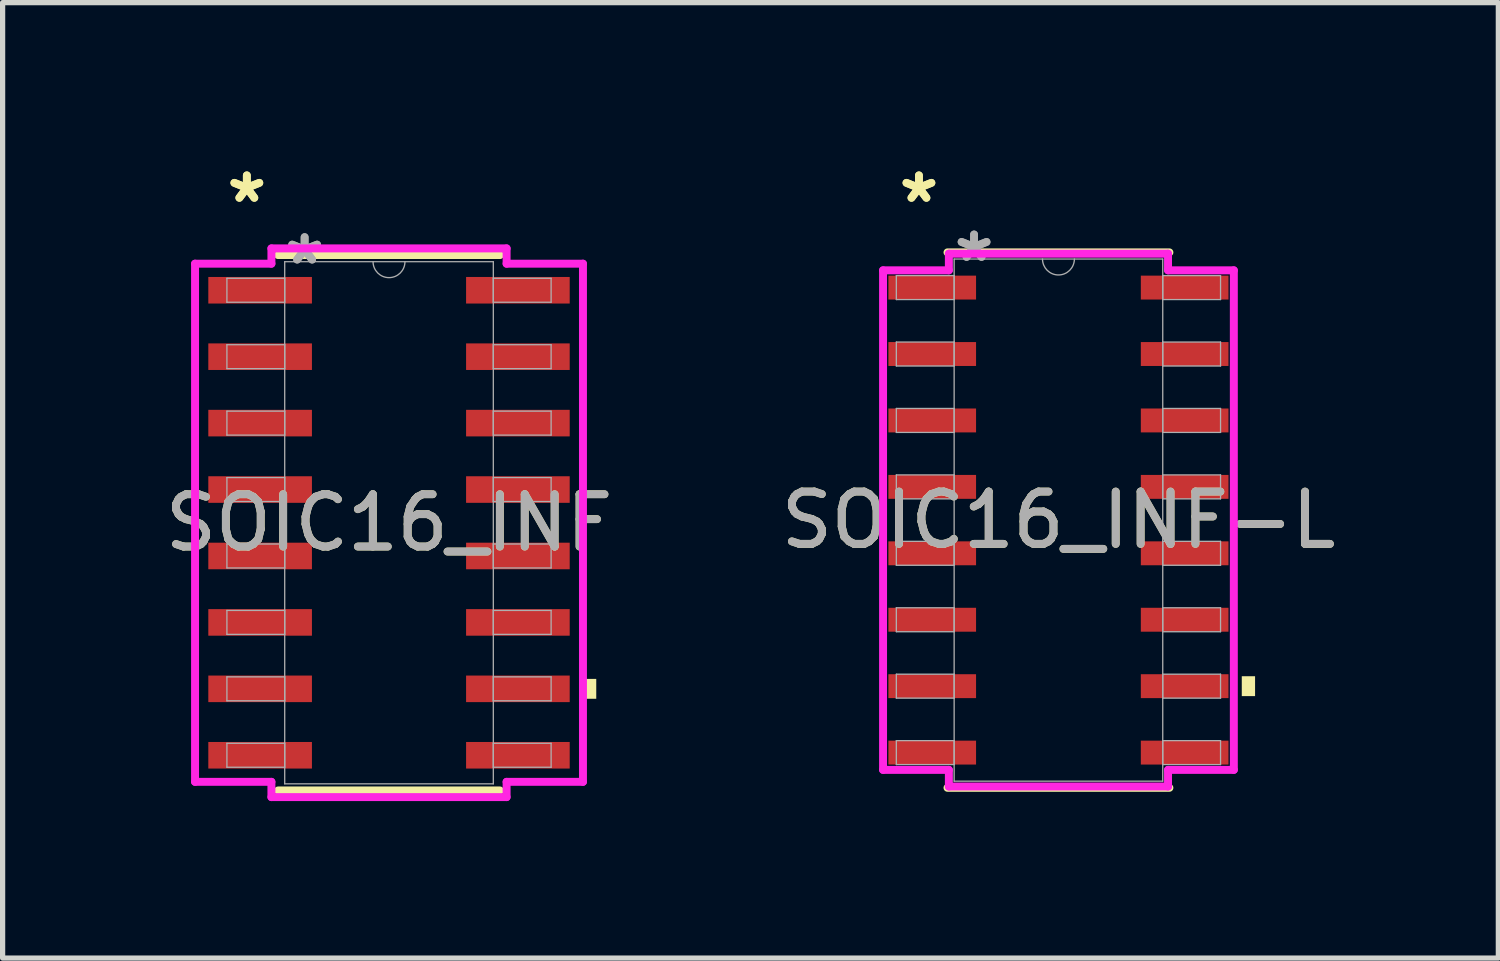
<source format=kicad_pcb>
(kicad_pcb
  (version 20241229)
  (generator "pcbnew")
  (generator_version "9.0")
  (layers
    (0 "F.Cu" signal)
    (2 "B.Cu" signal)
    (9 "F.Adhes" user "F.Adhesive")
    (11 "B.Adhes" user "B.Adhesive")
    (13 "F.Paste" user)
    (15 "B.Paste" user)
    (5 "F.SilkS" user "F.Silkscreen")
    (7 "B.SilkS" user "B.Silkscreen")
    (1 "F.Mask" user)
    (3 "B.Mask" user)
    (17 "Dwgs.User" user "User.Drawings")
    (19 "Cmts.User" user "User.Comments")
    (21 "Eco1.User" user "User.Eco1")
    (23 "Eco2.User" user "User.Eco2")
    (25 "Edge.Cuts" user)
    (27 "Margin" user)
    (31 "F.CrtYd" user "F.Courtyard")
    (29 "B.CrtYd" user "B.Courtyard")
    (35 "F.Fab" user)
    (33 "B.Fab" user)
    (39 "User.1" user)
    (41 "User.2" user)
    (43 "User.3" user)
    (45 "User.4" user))
  (footprint "SOIC16_INF"
    (layer "F.Cu")
    (at 4.387 6.944)
    (property "Reference" "SOIC16_INF" (at 0 0 0) (unlocked yes) (layer "F.SilkS") (effects (font (size 1 1) (thickness 0.15))))
    (attr smd)
    (fp_line (start -2.121 5.118) (end 2.121 5.118) (stroke (width 0.152) (type solid)) (layer "F.SilkS"))
    (fp_line (start 2.121 -5.118) (end -2.121 -5.118) (stroke (width 0.152) (type solid)) (layer "F.SilkS"))
    (fp_poly (pts (xy 3.962 2.985) (xy 3.962 3.365) (xy 3.708 3.365) (xy 3.708 2.985)) (stroke (width 0) (type solid)) (fill yes) (layer "F.SilkS"))
    (fp_line (start -3.708 -4.953) (end -2.248 -4.953) (stroke (width 0.152) (type solid)) (layer "F.CrtYd"))
    (fp_line (start -3.708 4.953) (end -3.708 -4.953) (stroke (width 0.152) (type solid)) (layer "F.CrtYd"))
    (fp_line (start -3.708 4.953) (end -2.248 4.953) (stroke (width 0.152) (type solid)) (layer "F.CrtYd"))
    (fp_line (start -2.248 -5.245) (end 2.248 -5.245) (stroke (width 0.152) (type solid)) (layer "F.CrtYd"))
    (fp_line (start -2.248 -4.953) (end -2.248 -5.245) (stroke (width 0.152) (type solid)) (layer "F.CrtYd"))
    (fp_line (start -2.248 5.245) (end -2.248 4.953) (stroke (width 0.152) (type solid)) (layer "F.CrtYd"))
    (fp_line (start 2.248 -5.245) (end 2.248 -4.953) (stroke (width 0.152) (type solid)) (layer "F.CrtYd"))
    (fp_line (start 2.248 4.953) (end 2.248 5.245) (stroke (width 0.152) (type solid)) (layer "F.CrtYd"))
    (fp_line (start 2.248 5.245) (end -2.248 5.245) (stroke (width 0.152) (type solid)) (layer "F.CrtYd"))
    (fp_line (start 3.708 -4.953) (end 2.248 -4.953) (stroke (width 0.152) (type solid)) (layer "F.CrtYd"))
    (fp_line (start 3.708 -4.953) (end 3.708 4.953) (stroke (width 0.152) (type solid)) (layer "F.CrtYd"))
    (fp_line (start 3.708 4.953) (end 2.248 4.953) (stroke (width 0.152) (type solid)) (layer "F.CrtYd"))
    (fp_line (start -3.099 -4.674) (end -3.099 -4.216) (stroke (width 0.025) (type solid)) (layer "F.Fab"))
    (fp_line (start -3.099 -4.216) (end -1.994 -4.216) (stroke (width 0.025) (type solid)) (layer "F.Fab"))
    (fp_line (start -3.099 -3.404) (end -3.099 -2.946) (stroke (width 0.025) (type solid)) (layer "F.Fab"))
    (fp_line (start -3.099 -2.946) (end -1.994 -2.946) (stroke (width 0.025) (type solid)) (layer "F.Fab"))
    (fp_line (start -3.099 -2.134) (end -3.099 -1.676) (stroke (width 0.025) (type solid)) (layer "F.Fab"))
    (fp_line (start -3.099 -1.676) (end -1.994 -1.676) (stroke (width 0.025) (type solid)) (layer "F.Fab"))
    (fp_line (start -3.099 -0.864) (end -3.099 -0.406) (stroke (width 0.025) (type solid)) (layer "F.Fab"))
    (fp_line (start -3.099 -0.406) (end -1.994 -0.406) (stroke (width 0.025) (type solid)) (layer "F.Fab"))
    (fp_line (start -3.099 0.406) (end -3.099 0.864) (stroke (width 0.025) (type solid)) (layer "F.Fab"))
    (fp_line (start -3.099 0.864) (end -1.994 0.864) (stroke (width 0.025) (type solid)) (layer "F.Fab"))
    (fp_line (start -3.099 1.676) (end -3.099 2.134) (stroke (width 0.025) (type solid)) (layer "F.Fab"))
    (fp_line (start -3.099 2.134) (end -1.994 2.134) (stroke (width 0.025) (type solid)) (layer "F.Fab"))
    (fp_line (start -3.099 2.946) (end -3.099 3.404) (stroke (width 0.025) (type solid)) (layer "F.Fab"))
    (fp_line (start -3.099 3.404) (end -1.994 3.404) (stroke (width 0.025) (type solid)) (layer "F.Fab"))
    (fp_line (start -3.099 4.216) (end -3.099 4.674) (stroke (width 0.025) (type solid)) (layer "F.Fab"))
    (fp_line (start -3.099 4.674) (end -1.994 4.674) (stroke (width 0.025) (type solid)) (layer "F.Fab"))
    (fp_line (start -1.994 -4.991) (end -1.994 4.991) (stroke (width 0.025) (type solid)) (layer "F.Fab"))
    (fp_line (start -1.994 -4.674) (end -3.099 -4.674) (stroke (width 0.025) (type solid)) (layer "F.Fab"))
    (fp_line (start -1.994 -4.216) (end -1.994 -4.674) (stroke (width 0.025) (type solid)) (layer "F.Fab"))
    (fp_line (start -1.994 -3.404) (end -3.099 -3.404) (stroke (width 0.025) (type solid)) (layer "F.Fab"))
    (fp_line (start -1.994 -2.946) (end -1.994 -3.404) (stroke (width 0.025) (type solid)) (layer "F.Fab"))
    (fp_line (start -1.994 -2.134) (end -3.099 -2.134) (stroke (width 0.025) (type solid)) (layer "F.Fab"))
    (fp_line (start -1.994 -1.676) (end -1.994 -2.134) (stroke (width 0.025) (type solid)) (layer "F.Fab"))
    (fp_line (start -1.994 -0.864) (end -3.099 -0.864) (stroke (width 0.025) (type solid)) (layer "F.Fab"))
    (fp_line (start -1.994 -0.406) (end -1.994 -0.864) (stroke (width 0.025) (type solid)) (layer "F.Fab"))
    (fp_line (start -1.994 0.406) (end -3.099 0.406) (stroke (width 0.025) (type solid)) (layer "F.Fab"))
    (fp_line (start -1.994 0.864) (end -1.994 0.406) (stroke (width 0.025) (type solid)) (layer "F.Fab"))
    (fp_line (start -1.994 1.676) (end -3.099 1.676) (stroke (width 0.025) (type solid)) (layer "F.Fab"))
    (fp_line (start -1.994 2.134) (end -1.994 1.676) (stroke (width 0.025) (type solid)) (layer "F.Fab"))
    (fp_line (start -1.994 2.946) (end -3.099 2.946) (stroke (width 0.025) (type solid)) (layer "F.Fab"))
    (fp_line (start -1.994 3.404) (end -1.994 2.946) (stroke (width 0.025) (type solid)) (layer "F.Fab"))
    (fp_line (start -1.994 4.216) (end -3.099 4.216) (stroke (width 0.025) (type solid)) (layer "F.Fab"))
    (fp_line (start -1.994 4.674) (end -1.994 4.216) (stroke (width 0.025) (type solid)) (layer "F.Fab"))
    (fp_line (start -1.994 4.991) (end 1.994 4.991) (stroke (width 0.025) (type solid)) (layer "F.Fab"))
    (fp_line (start 1.994 -4.991) (end -1.994 -4.991) (stroke (width 0.025) (type solid)) (layer "F.Fab"))
    (fp_line (start 1.994 -4.674) (end 1.994 -4.216) (stroke (width 0.025) (type solid)) (layer "F.Fab"))
    (fp_line (start 1.994 -4.216) (end 3.099 -4.216) (stroke (width 0.025) (type solid)) (layer "F.Fab"))
    (fp_line (start 1.994 -3.404) (end 1.994 -2.946) (stroke (width 0.025) (type solid)) (layer "F.Fab"))
    (fp_line (start 1.994 -2.946) (end 3.099 -2.946) (stroke (width 0.025) (type solid)) (layer "F.Fab"))
    (fp_line (start 1.994 -2.134) (end 1.994 -1.676) (stroke (width 0.025) (type solid)) (layer "F.Fab"))
    (fp_line (start 1.994 -1.676) (end 3.099 -1.676) (stroke (width 0.025) (type solid)) (layer "F.Fab"))
    (fp_line (start 1.994 -0.864) (end 1.994 -0.406) (stroke (width 0.025) (type solid)) (layer "F.Fab"))
    (fp_line (start 1.994 -0.406) (end 3.099 -0.406) (stroke (width 0.025) (type solid)) (layer "F.Fab"))
    (fp_line (start 1.994 0.406) (end 1.994 0.864) (stroke (width 0.025) (type solid)) (layer "F.Fab"))
    (fp_line (start 1.994 0.864) (end 3.099 0.864) (stroke (width 0.025) (type solid)) (layer "F.Fab"))
    (fp_line (start 1.994 1.676) (end 1.994 2.134) (stroke (width 0.025) (type solid)) (layer "F.Fab"))
    (fp_line (start 1.994 2.134) (end 3.099 2.134) (stroke (width 0.025) (type solid)) (layer "F.Fab"))
    (fp_line (start 1.994 2.946) (end 1.994 3.404) (stroke (width 0.025) (type solid)) (layer "F.Fab"))
    (fp_line (start 1.994 3.404) (end 3.099 3.404) (stroke (width 0.025) (type solid)) (layer "F.Fab"))
    (fp_line (start 1.994 4.216) (end 1.994 4.674) (stroke (width 0.025) (type solid)) (layer "F.Fab"))
    (fp_line (start 1.994 4.674) (end 3.099 4.674) (stroke (width 0.025) (type solid)) (layer "F.Fab"))
    (fp_line (start 1.994 4.991) (end 1.994 -4.991) (stroke (width 0.025) (type solid)) (layer "F.Fab"))
    (fp_line (start 3.099 -4.674) (end 1.994 -4.674) (stroke (width 0.025) (type solid)) (layer "F.Fab"))
    (fp_line (start 3.099 -4.216) (end 3.099 -4.674) (stroke (width 0.025) (type solid)) (layer "F.Fab"))
    (fp_line (start 3.099 -3.404) (end 1.994 -3.404) (stroke (width 0.025) (type solid)) (layer "F.Fab"))
    (fp_line (start 3.099 -2.946) (end 3.099 -3.404) (stroke (width 0.025) (type solid)) (layer "F.Fab"))
    (fp_line (start 3.099 -2.134) (end 1.994 -2.134) (stroke (width 0.025) (type solid)) (layer "F.Fab"))
    (fp_line (start 3.099 -1.676) (end 3.099 -2.134) (stroke (width 0.025) (type solid)) (layer "F.Fab"))
    (fp_line (start 3.099 -0.864) (end 1.994 -0.864) (stroke (width 0.025) (type solid)) (layer "F.Fab"))
    (fp_line (start 3.099 -0.406) (end 3.099 -0.864) (stroke (width 0.025) (type solid)) (layer "F.Fab"))
    (fp_line (start 3.099 0.406) (end 1.994 0.406) (stroke (width 0.025) (type solid)) (layer "F.Fab"))
    (fp_line (start 3.099 0.864) (end 3.099 0.406) (stroke (width 0.025) (type solid)) (layer "F.Fab"))
    (fp_line (start 3.099 1.676) (end 1.994 1.676) (stroke (width 0.025) (type solid)) (layer "F.Fab"))
    (fp_line (start 3.099 2.134) (end 3.099 1.676) (stroke (width 0.025) (type solid)) (layer "F.Fab"))
    (fp_line (start 3.099 2.946) (end 1.994 2.946) (stroke (width 0.025) (type solid)) (layer "F.Fab"))
    (fp_line (start 3.099 3.404) (end 3.099 2.946) (stroke (width 0.025) (type solid)) (layer "F.Fab"))
    (fp_line (start 3.099 4.216) (end 1.994 4.216) (stroke (width 0.025) (type solid)) (layer "F.Fab"))
    (fp_line (start 3.099 4.674) (end 3.099 4.216) (stroke (width 0.025) (type solid)) (layer "F.Fab"))
    (fp_arc (start 0.3048 -4.9911) (mid 0 -4.6863) (end -0.3048 -4.9911) (stroke (width 0.0254) (type solid)) (layer "F.Fab"))
    (fp_text user "*" (at -2.718 -6.096 0) (layer "F.SilkS") (effects (font (size 1 1) (thickness 0.15))))
    (fp_text user "*" (at -2.718 -6.096 0) (unlocked yes) (layer "F.SilkS") (effects (font (size 1 1) (thickness 0.15))))
    (fp_text user "*" (at -1.613 -4.915 0) (unlocked yes) (layer "F.Fab") (effects (font (size 1 1) (thickness 0.15))))
    (fp_text user "${REFERENCE}" (at 0 0 0) (unlocked yes) (layer "F.Fab") (effects (font (size 1 1) (thickness 0.15))))
    (fp_text user "*" (at -1.613 -4.915 0) (layer "F.Fab") (effects (font (size 1 1) (thickness 0.15))))
    (pad "1" smd rect (at -2.464 -4.445) (size 1.981 0.508) (layers "F.Cu" "F.Mask" "F.Paste"))
    (pad "2" smd rect (at -2.464 -3.175) (size 1.981 0.508) (layers "F.Cu" "F.Mask" "F.Paste"))
    (pad "3" smd rect (at -2.464 -1.905) (size 1.981 0.508) (layers "F.Cu" "F.Mask" "F.Paste"))
    (pad "4" smd rect (at -2.464 -0.635) (size 1.981 0.508) (layers "F.Cu" "F.Mask" "F.Paste"))
    (pad "5" smd rect (at -2.464 0.635) (size 1.981 0.508) (layers "F.Cu" "F.Mask" "F.Paste"))
    (pad "6" smd rect (at -2.464 1.905) (size 1.981 0.508) (layers "F.Cu" "F.Mask" "F.Paste"))
    (pad "7" smd rect (at -2.464 3.175) (size 1.981 0.508) (layers "F.Cu" "F.Mask" "F.Paste"))
    (pad "8" smd rect (at -2.464 4.445) (size 1.981 0.508) (layers "F.Cu" "F.Mask" "F.Paste"))
    (pad "9" smd rect (at 2.464 4.445) (size 1.981 0.508) (layers "F.Cu" "F.Mask" "F.Paste"))
    (pad "10" smd rect (at 2.464 3.175) (size 1.981 0.508) (layers "F.Cu" "F.Mask" "F.Paste"))
    (pad "11" smd rect (at 2.464 1.905) (size 1.981 0.508) (layers "F.Cu" "F.Mask" "F.Paste"))
    (pad "12" smd rect (at 2.464 0.635) (size 1.981 0.508) (layers "F.Cu" "F.Mask" "F.Paste"))
    (pad "13" smd rect (at 2.464 -0.635) (size 1.981 0.508) (layers "F.Cu" "F.Mask" "F.Paste"))
    (pad "14" smd rect (at 2.464 -1.905) (size 1.981 0.508) (layers "F.Cu" "F.Mask" "F.Paste"))
    (pad "15" smd rect (at 2.464 -3.175) (size 1.981 0.508) (layers "F.Cu" "F.Mask" "F.Paste"))
    (pad "16" smd rect (at 2.464 -4.445) (size 1.981 0.508) (layers "F.Cu" "F.Mask" "F.Paste")))
  (footprint "SOIC16_INF-L"
    (layer "F.Cu")
    (at 17.185 6.893)
    (property "Reference" "SOIC16_INF-L" (at 0 0 0) (unlocked yes) (layer "F.SilkS") (effects (font (size 1 1) (thickness 0.15))))
    (attr smd)
    (fp_line (start -2.121 5.118) (end 2.121 5.118) (stroke (width 0.152) (type solid)) (layer "F.SilkS"))
    (fp_line (start 2.121 -5.118) (end -2.121 -5.118) (stroke (width 0.152) (type solid)) (layer "F.SilkS"))
    (fp_poly (pts (xy 3.759 2.985) (xy 3.759 3.365) (xy 3.505 3.365) (xy 3.505 2.985)) (stroke (width 0) (type solid)) (fill yes) (layer "F.SilkS"))
    (fp_line (start -3.353 -4.775) (end -2.095 -4.775) (stroke (width 0.152) (type solid)) (layer "F.CrtYd"))
    (fp_line (start -3.353 4.775) (end -3.353 -4.775) (stroke (width 0.152) (type solid)) (layer "F.CrtYd"))
    (fp_line (start -3.353 4.775) (end -2.095 4.775) (stroke (width 0.152) (type solid)) (layer "F.CrtYd"))
    (fp_line (start -2.095 -5.093) (end 2.095 -5.093) (stroke (width 0.152) (type solid)) (layer "F.CrtYd"))
    (fp_line (start -2.095 -4.775) (end -2.095 -5.093) (stroke (width 0.152) (type solid)) (layer "F.CrtYd"))
    (fp_line (start -2.095 5.093) (end -2.095 4.775) (stroke (width 0.152) (type solid)) (layer "F.CrtYd"))
    (fp_line (start 2.095 -5.093) (end 2.095 -4.775) (stroke (width 0.152) (type solid)) (layer "F.CrtYd"))
    (fp_line (start 2.095 4.775) (end 2.095 5.093) (stroke (width 0.152) (type solid)) (layer "F.CrtYd"))
    (fp_line (start 2.095 5.093) (end -2.095 5.093) (stroke (width 0.152) (type solid)) (layer "F.CrtYd"))
    (fp_line (start 3.353 -4.775) (end 2.095 -4.775) (stroke (width 0.152) (type solid)) (layer "F.CrtYd"))
    (fp_line (start 3.353 -4.775) (end 3.353 4.775) (stroke (width 0.152) (type solid)) (layer "F.CrtYd"))
    (fp_line (start 3.353 4.775) (end 2.095 4.775) (stroke (width 0.152) (type solid)) (layer "F.CrtYd"))
    (fp_line (start -3.099 -4.674) (end -3.099 -4.216) (stroke (width 0.025) (type solid)) (layer "F.Fab"))
    (fp_line (start -3.099 -4.216) (end -1.994 -4.216) (stroke (width 0.025) (type solid)) (layer "F.Fab"))
    (fp_line (start -3.099 -3.404) (end -3.099 -2.946) (stroke (width 0.025) (type solid)) (layer "F.Fab"))
    (fp_line (start -3.099 -2.946) (end -1.994 -2.946) (stroke (width 0.025) (type solid)) (layer "F.Fab"))
    (fp_line (start -3.099 -2.134) (end -3.099 -1.676) (stroke (width 0.025) (type solid)) (layer "F.Fab"))
    (fp_line (start -3.099 -1.676) (end -1.994 -1.676) (stroke (width 0.025) (type solid)) (layer "F.Fab"))
    (fp_line (start -3.099 -0.864) (end -3.099 -0.406) (stroke (width 0.025) (type solid)) (layer "F.Fab"))
    (fp_line (start -3.099 -0.406) (end -1.994 -0.406) (stroke (width 0.025) (type solid)) (layer "F.Fab"))
    (fp_line (start -3.099 0.406) (end -3.099 0.864) (stroke (width 0.025) (type solid)) (layer "F.Fab"))
    (fp_line (start -3.099 0.864) (end -1.994 0.864) (stroke (width 0.025) (type solid)) (layer "F.Fab"))
    (fp_line (start -3.099 1.676) (end -3.099 2.134) (stroke (width 0.025) (type solid)) (layer "F.Fab"))
    (fp_line (start -3.099 2.134) (end -1.994 2.134) (stroke (width 0.025) (type solid)) (layer "F.Fab"))
    (fp_line (start -3.099 2.946) (end -3.099 3.404) (stroke (width 0.025) (type solid)) (layer "F.Fab"))
    (fp_line (start -3.099 3.404) (end -1.994 3.404) (stroke (width 0.025) (type solid)) (layer "F.Fab"))
    (fp_line (start -3.099 4.216) (end -3.099 4.674) (stroke (width 0.025) (type solid)) (layer "F.Fab"))
    (fp_line (start -3.099 4.674) (end -1.994 4.674) (stroke (width 0.025) (type solid)) (layer "F.Fab"))
    (fp_line (start -1.994 -4.991) (end -1.994 4.991) (stroke (width 0.025) (type solid)) (layer "F.Fab"))
    (fp_line (start -1.994 -4.674) (end -3.099 -4.674) (stroke (width 0.025) (type solid)) (layer "F.Fab"))
    (fp_line (start -1.994 -4.216) (end -1.994 -4.674) (stroke (width 0.025) (type solid)) (layer "F.Fab"))
    (fp_line (start -1.994 -3.404) (end -3.099 -3.404) (stroke (width 0.025) (type solid)) (layer "F.Fab"))
    (fp_line (start -1.994 -2.946) (end -1.994 -3.404) (stroke (width 0.025) (type solid)) (layer "F.Fab"))
    (fp_line (start -1.994 -2.134) (end -3.099 -2.134) (stroke (width 0.025) (type solid)) (layer "F.Fab"))
    (fp_line (start -1.994 -1.676) (end -1.994 -2.134) (stroke (width 0.025) (type solid)) (layer "F.Fab"))
    (fp_line (start -1.994 -0.864) (end -3.099 -0.864) (stroke (width 0.025) (type solid)) (layer "F.Fab"))
    (fp_line (start -1.994 -0.406) (end -1.994 -0.864) (stroke (width 0.025) (type solid)) (layer "F.Fab"))
    (fp_line (start -1.994 0.406) (end -3.099 0.406) (stroke (width 0.025) (type solid)) (layer "F.Fab"))
    (fp_line (start -1.994 0.864) (end -1.994 0.406) (stroke (width 0.025) (type solid)) (layer "F.Fab"))
    (fp_line (start -1.994 1.676) (end -3.099 1.676) (stroke (width 0.025) (type solid)) (layer "F.Fab"))
    (fp_line (start -1.994 2.134) (end -1.994 1.676) (stroke (width 0.025) (type solid)) (layer "F.Fab"))
    (fp_line (start -1.994 2.946) (end -3.099 2.946) (stroke (width 0.025) (type solid)) (layer "F.Fab"))
    (fp_line (start -1.994 3.404) (end -1.994 2.946) (stroke (width 0.025) (type solid)) (layer "F.Fab"))
    (fp_line (start -1.994 4.216) (end -3.099 4.216) (stroke (width 0.025) (type solid)) (layer "F.Fab"))
    (fp_line (start -1.994 4.674) (end -1.994 4.216) (stroke (width 0.025) (type solid)) (layer "F.Fab"))
    (fp_line (start -1.994 4.991) (end 1.994 4.991) (stroke (width 0.025) (type solid)) (layer "F.Fab"))
    (fp_line (start 1.994 -4.991) (end -1.994 -4.991) (stroke (width 0.025) (type solid)) (layer "F.Fab"))
    (fp_line (start 1.994 -4.674) (end 1.994 -4.216) (stroke (width 0.025) (type solid)) (layer "F.Fab"))
    (fp_line (start 1.994 -4.216) (end 3.099 -4.216) (stroke (width 0.025) (type solid)) (layer "F.Fab"))
    (fp_line (start 1.994 -3.404) (end 1.994 -2.946) (stroke (width 0.025) (type solid)) (layer "F.Fab"))
    (fp_line (start 1.994 -2.946) (end 3.099 -2.946) (stroke (width 0.025) (type solid)) (layer "F.Fab"))
    (fp_line (start 1.994 -2.134) (end 1.994 -1.676) (stroke (width 0.025) (type solid)) (layer "F.Fab"))
    (fp_line (start 1.994 -1.676) (end 3.099 -1.676) (stroke (width 0.025) (type solid)) (layer "F.Fab"))
    (fp_line (start 1.994 -0.864) (end 1.994 -0.406) (stroke (width 0.025) (type solid)) (layer "F.Fab"))
    (fp_line (start 1.994 -0.406) (end 3.099 -0.406) (stroke (width 0.025) (type solid)) (layer "F.Fab"))
    (fp_line (start 1.994 0.406) (end 1.994 0.864) (stroke (width 0.025) (type solid)) (layer "F.Fab"))
    (fp_line (start 1.994 0.864) (end 3.099 0.864) (stroke (width 0.025) (type solid)) (layer "F.Fab"))
    (fp_line (start 1.994 1.676) (end 1.994 2.134) (stroke (width 0.025) (type solid)) (layer "F.Fab"))
    (fp_line (start 1.994 2.134) (end 3.099 2.134) (stroke (width 0.025) (type solid)) (layer "F.Fab"))
    (fp_line (start 1.994 2.946) (end 1.994 3.404) (stroke (width 0.025) (type solid)) (layer "F.Fab"))
    (fp_line (start 1.994 3.404) (end 3.099 3.404) (stroke (width 0.025) (type solid)) (layer "F.Fab"))
    (fp_line (start 1.994 4.216) (end 1.994 4.674) (stroke (width 0.025) (type solid)) (layer "F.Fab"))
    (fp_line (start 1.994 4.674) (end 3.099 4.674) (stroke (width 0.025) (type solid)) (layer "F.Fab"))
    (fp_line (start 1.994 4.991) (end 1.994 -4.991) (stroke (width 0.025) (type solid)) (layer "F.Fab"))
    (fp_line (start 3.099 -4.674) (end 1.994 -4.674) (stroke (width 0.025) (type solid)) (layer "F.Fab"))
    (fp_line (start 3.099 -4.216) (end 3.099 -4.674) (stroke (width 0.025) (type solid)) (layer "F.Fab"))
    (fp_line (start 3.099 -3.404) (end 1.994 -3.404) (stroke (width 0.025) (type solid)) (layer "F.Fab"))
    (fp_line (start 3.099 -2.946) (end 3.099 -3.404) (stroke (width 0.025) (type solid)) (layer "F.Fab"))
    (fp_line (start 3.099 -2.134) (end 1.994 -2.134) (stroke (width 0.025) (type solid)) (layer "F.Fab"))
    (fp_line (start 3.099 -1.676) (end 3.099 -2.134) (stroke (width 0.025) (type solid)) (layer "F.Fab"))
    (fp_line (start 3.099 -0.864) (end 1.994 -0.864) (stroke (width 0.025) (type solid)) (layer "F.Fab"))
    (fp_line (start 3.099 -0.406) (end 3.099 -0.864) (stroke (width 0.025) (type solid)) (layer "F.Fab"))
    (fp_line (start 3.099 0.406) (end 1.994 0.406) (stroke (width 0.025) (type solid)) (layer "F.Fab"))
    (fp_line (start 3.099 0.864) (end 3.099 0.406) (stroke (width 0.025) (type solid)) (layer "F.Fab"))
    (fp_line (start 3.099 1.676) (end 1.994 1.676) (stroke (width 0.025) (type solid)) (layer "F.Fab"))
    (fp_line (start 3.099 2.134) (end 3.099 1.676) (stroke (width 0.025) (type solid)) (layer "F.Fab"))
    (fp_line (start 3.099 2.946) (end 1.994 2.946) (stroke (width 0.025) (type solid)) (layer "F.Fab"))
    (fp_line (start 3.099 3.404) (end 3.099 2.946) (stroke (width 0.025) (type solid)) (layer "F.Fab"))
    (fp_line (start 3.099 4.216) (end 1.994 4.216) (stroke (width 0.025) (type solid)) (layer "F.Fab"))
    (fp_line (start 3.099 4.674) (end 3.099 4.216) (stroke (width 0.025) (type solid)) (layer "F.Fab"))
    (fp_arc (start 0.3048 -4.9911) (mid 0 -4.6863) (end -0.3048 -4.9911) (stroke (width 0.0254) (type solid)) (layer "F.Fab"))
    (fp_text user "*" (at -2.667 -6.045 0) (layer "F.SilkS") (effects (font (size 1 1) (thickness 0.15))))
    (fp_text user "*" (at -2.667 -6.045 0) (unlocked yes) (layer "F.SilkS") (effects (font (size 1 1) (thickness 0.15))))
    (fp_text user "*" (at -1.613 -4.915 0) (unlocked yes) (layer "F.Fab") (effects (font (size 1 1) (thickness 0.15))))
    (fp_text user "${REFERENCE}" (at 0 0 0) (unlocked yes) (layer "F.Fab") (effects (font (size 1 1) (thickness 0.15))))
    (fp_text user "*" (at -1.613 -4.915 0) (layer "F.Fab") (effects (font (size 1 1) (thickness 0.15))))
    (pad "1" smd rect (at -2.413 -4.445) (size 1.676 0.457) (layers "F.Cu" "F.Mask" "F.Paste"))
    (pad "2" smd rect (at -2.413 -3.175) (size 1.676 0.457) (layers "F.Cu" "F.Mask" "F.Paste"))
    (pad "3" smd rect (at -2.413 -1.905) (size 1.676 0.457) (layers "F.Cu" "F.Mask" "F.Paste"))
    (pad "4" smd rect (at -2.413 -0.635) (size 1.676 0.457) (layers "F.Cu" "F.Mask" "F.Paste"))
    (pad "5" smd rect (at -2.413 0.635) (size 1.676 0.457) (layers "F.Cu" "F.Mask" "F.Paste"))
    (pad "6" smd rect (at -2.413 1.905) (size 1.676 0.457) (layers "F.Cu" "F.Mask" "F.Paste"))
    (pad "7" smd rect (at -2.413 3.175) (size 1.676 0.457) (layers "F.Cu" "F.Mask" "F.Paste"))
    (pad "8" smd rect (at -2.413 4.445) (size 1.676 0.457) (layers "F.Cu" "F.Mask" "F.Paste"))
    (pad "9" smd rect (at 2.413 4.445) (size 1.676 0.457) (layers "F.Cu" "F.Mask" "F.Paste"))
    (pad "10" smd rect (at 2.413 3.175) (size 1.676 0.457) (layers "F.Cu" "F.Mask" "F.Paste"))
    (pad "11" smd rect (at 2.413 1.905) (size 1.676 0.457) (layers "F.Cu" "F.Mask" "F.Paste"))
    (pad "12" smd rect (at 2.413 0.635) (size 1.676 0.457) (layers "F.Cu" "F.Mask" "F.Paste"))
    (pad "13" smd rect (at 2.413 -0.635) (size 1.676 0.457) (layers "F.Cu" "F.Mask" "F.Paste"))
    (pad "14" smd rect (at 2.413 -1.905) (size 1.676 0.457) (layers "F.Cu" "F.Mask" "F.Paste"))
    (pad "15" smd rect (at 2.413 -3.175) (size 1.676 0.457) (layers "F.Cu" "F.Mask" "F.Paste"))
    (pad "16" smd rect (at 2.413 -4.445) (size 1.676 0.457) (layers "F.Cu" "F.Mask" "F.Paste")))
  (gr_rect
    (start -3 -3)
    (end 25.595 15.266)
    (stroke (width 0.1) (type default))
    (fill no)
    (layer "Edge.Cuts")))
</source>
